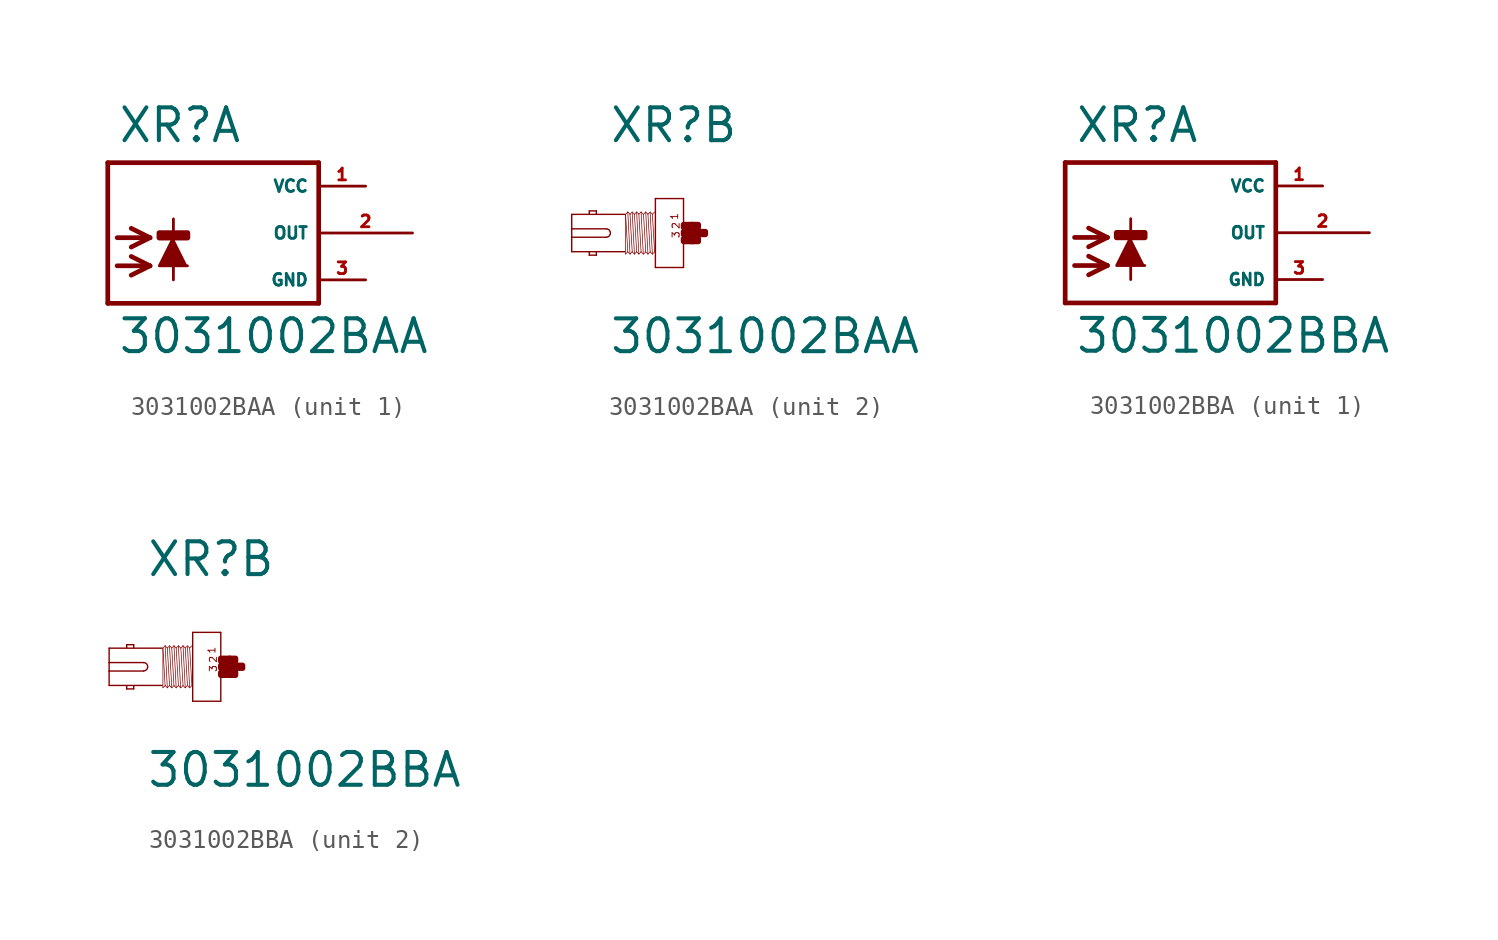
<source format=kicad_sym>
(kicad_symbol_lib
  (version 20220914)
  (generator Eagle2Kicad)
  (symbol "3031002BAA"
    (property "Reference" "XR"
      (at -3.302 4.801 0)
      (effects (font (size 1.778 1.778) (thickness 0.22)) (justify left bottom)))
    (property "Value" "3031002BAA"
      (at -3.302 -6.629 0)
      (effects (font (size 1.778 1.778) (thickness 0.22)) (justify left bottom)))
    (symbol "3031002BAA_1_0"
      (polyline (pts (xy -0.254 -0.254) (xy -1.016 -1.778) (xy 0.508 -1.778)) (stroke (width 0.152) (type default)) (fill (type outline)))
      (polyline (pts (xy -3.302 -0.254) (xy -1.524 -0.254)) (stroke (width 0.254) (type default)) (fill (type none)))
      (polyline (pts (xy -1.524 -0.254) (xy -2.54 -0.762)) (stroke (width 0.254) (type default)) (fill (type none)))
      (polyline (pts (xy -1.524 -0.254) (xy -2.54 0.254)) (stroke (width 0.254) (type default)) (fill (type none)))
      (polyline (pts (xy -3.302 -1.778) (xy -1.524 -1.778)) (stroke (width 0.254) (type default)) (fill (type none)))
      (polyline (pts (xy -1.524 -1.778) (xy -2.54 -2.286)) (stroke (width 0.254) (type default)) (fill (type none)))
      (polyline (pts (xy -1.524 -1.778) (xy -2.54 -1.27)) (stroke (width 0.254) (type default)) (fill (type none)))
      (polyline (pts (xy -0.254 0.762) (xy -0.254 -2.54)) (stroke (width 0.152) (type default)) (fill (type none)))
      (polyline (pts (xy 7.62 3.81) (xy -3.81 3.81)) (stroke (width 0.254) (type default)) (fill (type none)))
      (polyline (pts (xy -3.81 3.81) (xy -3.81 -3.81)) (stroke (width 0.254) (type default)) (fill (type none)))
      (polyline (pts (xy -3.81 -3.81) (xy 7.62 -3.81)) (stroke (width 0.254) (type default)) (fill (type none)))
      (polyline (pts (xy 7.62 -3.81) (xy 7.62 3.81)) (stroke (width 0.254) (type default)) (fill (type none)))
      (rectangle (start -1.016 -0.254) (end 0.508 0) (stroke (width 0.3) (type default)) (fill (type outline)))
      (pin unspecified line (at 10.16 2.54 180) (length 2.54) (name "VCC" (effects (font (size 0.635 0.635) (thickness 0.08)) (justify left bottom))) (number "1" (effects (font (size 0.635 0.635) (thickness 0.08)) (justify left bottom))))
      (pin unspecified line (at 10.16 -2.54 180) (length 2.54) (name "GND" (effects (font (size 0.635 0.635) (thickness 0.08)) (justify left bottom))) (number "3" (effects (font (size 0.635 0.635) (thickness 0.08)) (justify left bottom))))
      (pin output line (at 12.7 0 180) (length 5.08) (name "OUT" (effects (font (size 0.635 0.635) (thickness 0.08)) (justify left bottom))) (number "2" (effects (font (size 0.635 0.635) (thickness 0.08)) (justify left bottom)))))
    (symbol "3031002BAA_2_0"
      (polyline (pts (xy 0.762 1.867) (xy 0.762 -1.867)) (stroke (width 0.076) (type default)) (fill (type none)))
      (polyline (pts (xy 0.762 -1.867) (xy -0.762 -1.867)) (stroke (width 0.076) (type default)) (fill (type none)))
      (polyline (pts (xy -0.762 -1.867) (xy -0.762 1.867)) (stroke (width 0.076) (type default)) (fill (type none)))
      (polyline (pts (xy -0.762 1.867) (xy 0.762 1.867)) (stroke (width 0.076) (type default)) (fill (type none)))
      (polyline (pts (xy -2.419 1.01) (xy -5.296 1.01)) (stroke (width 0.076) (type default)) (fill (type none)))
      (polyline (pts (xy -5.296 1.01) (xy -5.296 0.229)) (stroke (width 0.076) (type default)) (fill (type none)))
      (polyline (pts (xy -5.296 0.229) (xy -5.296 -0.229)) (stroke (width 0.076) (type default)) (fill (type none)))
      (polyline (pts (xy -5.296 -0.229) (xy -5.296 -1.01)) (stroke (width 0.076) (type default)) (fill (type none)))
      (polyline (pts (xy -5.296 -1.01) (xy -2.419 -1.01)) (stroke (width 0.076) (type default)) (fill (type none)))
      (polyline (pts (xy -3.962 -1.029) (xy -3.962 -1.2)) (stroke (width 0.076) (type default)) (fill (type none)))
      (polyline (pts (xy -3.962 -1.2) (xy -4.343 -1.2)) (stroke (width 0.076) (type default)) (fill (type none)))
      (polyline (pts (xy -4.343 -1.2) (xy -4.343 -1.029)) (stroke (width 0.076) (type default)) (fill (type none)))
      (polyline (pts (xy -4.343 1.029) (xy -4.343 1.2)) (stroke (width 0.076) (type default)) (fill (type none)))
      (polyline (pts (xy -4.343 1.2) (xy -3.962 1.2)) (stroke (width 0.076) (type default)) (fill (type none)))
      (polyline (pts (xy -3.962 1.2) (xy -3.962 1.029)) (stroke (width 0.076) (type default)) (fill (type none)))
      (polyline (pts (xy -2.258 1.14) (xy -2.138 -1.14)) (stroke (width 0.038) (type default)) (fill (type none)))
      (polyline (pts (xy -2.018 1.099) (xy -1.898 -1.14)) (stroke (width 0.038) (type default)) (fill (type none)))
      (polyline (pts (xy -1.898 1.02) (xy -1.778 -1.02)) (stroke (width 0.038) (type default)) (fill (type none)))
      (polyline (pts (xy -1.778 1.14) (xy -1.658 -1.14)) (stroke (width 0.038) (type default)) (fill (type none)))
      (polyline (pts (xy -1.538 1.14) (xy -1.418 -1.14)) (stroke (width 0.038) (type default)) (fill (type none)))
      (polyline (pts (xy -2.378 -1.14) (xy -2.378 0.999)) (stroke (width 0.038) (type default)) (fill (type none)))
      (polyline (pts (xy -2.378 -1.14) (xy -2.258 -1.02)) (stroke (width 0.038) (type default)) (fill (type none)))
      (polyline (pts (xy -2.258 -1.02) (xy -2.138 -1.14)) (stroke (width 0.038) (type default)) (fill (type none)))
      (polyline (pts (xy -2.138 -1.14) (xy -2.018 -1.02)) (stroke (width 0.038) (type default)) (fill (type none)))
      (polyline (pts (xy -2.018 -1.02) (xy -1.898 -1.14)) (stroke (width 0.038) (type default)) (fill (type none)))
      (polyline (pts (xy -1.898 -1.14) (xy -1.778 -1.02)) (stroke (width 0.038) (type default)) (fill (type none)))
      (polyline (pts (xy -1.778 -1.02) (xy -1.658 -1.14)) (stroke (width 0.038) (type default)) (fill (type none)))
      (polyline (pts (xy -1.658 -1.14) (xy -1.538 -1.02)) (stroke (width 0.038) (type default)) (fill (type none)))
      (polyline (pts (xy -1.538 -1.02) (xy -1.418 -1.14)) (stroke (width 0.038) (type default)) (fill (type none)))
      (polyline (pts (xy -2.378 1.02) (xy -2.258 1.14)) (stroke (width 0.038) (type default)) (fill (type none)))
      (polyline (pts (xy -2.258 1.14) (xy -2.138 1.02)) (stroke (width 0.038) (type default)) (fill (type none)))
      (polyline (pts (xy -2.138 1.02) (xy -2.018 1.14)) (stroke (width 0.038) (type default)) (fill (type none)))
      (polyline (pts (xy -2.018 1.14) (xy -1.898 1.02)) (stroke (width 0.038) (type default)) (fill (type none)))
      (polyline (pts (xy -1.898 1.02) (xy -1.778 1.14)) (stroke (width 0.038) (type default)) (fill (type none)))
      (polyline (pts (xy -1.778 1.14) (xy -1.658 1.02)) (stroke (width 0.038) (type default)) (fill (type none)))
      (polyline (pts (xy -1.658 1.02) (xy -1.538 1.14)) (stroke (width 0.038) (type default)) (fill (type none)))
      (polyline (pts (xy -1.538 1.14) (xy -1.418 1.02)) (stroke (width 0.038) (type default)) (fill (type none)))
      (polyline (pts (xy -2.138 1.02) (xy -2.018 -1.02)) (stroke (width 0.038) (type default)) (fill (type none)))
      (polyline (pts (xy -1.658 1.02) (xy -1.538 -1.02)) (stroke (width 0.038) (type default)) (fill (type none)))
      (polyline (pts (xy -2.378 1.02) (xy -2.258 -1.02)) (stroke (width 0.038) (type default)) (fill (type none)))
      (polyline (pts (xy -1.286 1.14) (xy -1.166 -1.14)) (stroke (width 0.038) (type default)) (fill (type none)))
      (polyline (pts (xy -1.046 1.099) (xy -0.926 -1.14)) (stroke (width 0.038) (type default)) (fill (type none)))
      (polyline (pts (xy -0.926 1.02) (xy -0.806 -1.02)) (stroke (width 0.038) (type default)) (fill (type none)))
      (polyline (pts (xy -1.406 -1.14) (xy -1.286 -1.02)) (stroke (width 0.038) (type default)) (fill (type none)))
      (polyline (pts (xy -1.286 -1.02) (xy -1.166 -1.14)) (stroke (width 0.038) (type default)) (fill (type none)))
      (polyline (pts (xy -1.166 -1.14) (xy -1.046 -1.02)) (stroke (width 0.038) (type default)) (fill (type none)))
      (polyline (pts (xy -1.046 -1.02) (xy -0.926 -1.14)) (stroke (width 0.038) (type default)) (fill (type none)))
      (polyline (pts (xy -0.926 -1.14) (xy -0.806 -1.02)) (stroke (width 0.038) (type default)) (fill (type none)))
      (polyline (pts (xy -1.406 1.02) (xy -1.286 1.14)) (stroke (width 0.038) (type default)) (fill (type none)))
      (polyline (pts (xy -1.286 1.14) (xy -1.166 1.02)) (stroke (width 0.038) (type default)) (fill (type none)))
      (polyline (pts (xy -1.166 1.02) (xy -1.046 1.14)) (stroke (width 0.038) (type default)) (fill (type none)))
      (polyline (pts (xy -1.046 1.14) (xy -0.926 1.02)) (stroke (width 0.038) (type default)) (fill (type none)))
      (polyline (pts (xy -0.926 1.02) (xy -0.806 1.14)) (stroke (width 0.038) (type default)) (fill (type none)))
      (polyline (pts (xy -1.166 1.02) (xy -1.046 -1.02)) (stroke (width 0.038) (type default)) (fill (type none)))
      (polyline (pts (xy -1.406 1.02) (xy -1.286 -1.02)) (stroke (width 0.038) (type default)) (fill (type none)))
      (polyline (pts (xy -5.296 -0.229) (xy -3.429 -0.229)) (stroke (width 0.076) (type default)) (fill (type none)))
      (polyline (pts (xy -3.429 0.229) (xy -5.296 0.229)) (stroke (width 0.076) (type default)) (fill (type none)))
      (arc (start -3.429 -0.2286) (mid -3.200 0.000) (end -3.429 0.2286) (stroke (width 0.0762) (type default)) (fill (type none)))
      (text "1" (at 0.495 0.686 1800) (effects (font (size 0.381 0.381) (thickness 0.05)) (justify left bottom)))
      (text "3" (at 0.572 -0.305 1800) (effects (font (size 0.381 0.381) (thickness 0.05)) (justify left bottom)))
      (text "2" (at 0.572 0.191 1800) (effects (font (size 0.381 0.381) (thickness 0.05)) (justify left bottom)))
      (rectangle (start 0.762 -0.457) (end 1.257 -0.305) (stroke (width 0.3) (type default)) (fill (type outline)))
      (rectangle (start 0.762 -0.076) (end 1.638 0.076) (stroke (width 0.3) (type default)) (fill (type outline)))
      (rectangle (start 1.219 -0.457) (end 1.562 -0.305) (stroke (width 0.3) (type default)) (fill (type outline)))
      (rectangle (start 1.6 -0.076) (end 1.943 0.076) (stroke (width 0.3) (type default)) (fill (type outline)))
      (rectangle (start 1.219 0.305) (end 1.562 0.457) (stroke (width 0.3) (type default)) (fill (type outline)))
      (rectangle (start 0.762 0.305) (end 1.257 0.457) (stroke (width 0.3) (type default)) (fill (type outline)))))
  (symbol "3031002BBA"
    (property "Reference" "XR"
      (at -3.302 4.801 0)
      (effects (font (size 1.778 1.778) (thickness 0.22)) (justify left bottom)))
    (property "Value" "3031002BBA"
      (at -3.302 -6.629 0)
      (effects (font (size 1.778 1.778) (thickness 0.22)) (justify left bottom)))
    (symbol "3031002BBA_1_0"
      (polyline (pts (xy -0.254 -0.254) (xy -1.016 -1.778) (xy 0.508 -1.778)) (stroke (width 0.152) (type default)) (fill (type outline)))
      (polyline (pts (xy -3.302 -0.254) (xy -1.524 -0.254)) (stroke (width 0.254) (type default)) (fill (type none)))
      (polyline (pts (xy -1.524 -0.254) (xy -2.54 -0.762)) (stroke (width 0.254) (type default)) (fill (type none)))
      (polyline (pts (xy -1.524 -0.254) (xy -2.54 0.254)) (stroke (width 0.254) (type default)) (fill (type none)))
      (polyline (pts (xy -3.302 -1.778) (xy -1.524 -1.778)) (stroke (width 0.254) (type default)) (fill (type none)))
      (polyline (pts (xy -1.524 -1.778) (xy -2.54 -2.286)) (stroke (width 0.254) (type default)) (fill (type none)))
      (polyline (pts (xy -1.524 -1.778) (xy -2.54 -1.27)) (stroke (width 0.254) (type default)) (fill (type none)))
      (polyline (pts (xy -0.254 0.762) (xy -0.254 -2.54)) (stroke (width 0.152) (type default)) (fill (type none)))
      (polyline (pts (xy 7.62 3.81) (xy -3.81 3.81)) (stroke (width 0.254) (type default)) (fill (type none)))
      (polyline (pts (xy -3.81 3.81) (xy -3.81 -3.81)) (stroke (width 0.254) (type default)) (fill (type none)))
      (polyline (pts (xy -3.81 -3.81) (xy 7.62 -3.81)) (stroke (width 0.254) (type default)) (fill (type none)))
      (polyline (pts (xy 7.62 -3.81) (xy 7.62 3.81)) (stroke (width 0.254) (type default)) (fill (type none)))
      (rectangle (start -1.016 -0.254) (end 0.508 0) (stroke (width 0.3) (type default)) (fill (type outline)))
      (pin unspecified line (at 10.16 2.54 180) (length 2.54) (name "VCC" (effects (font (size 0.635 0.635) (thickness 0.08)) (justify left bottom))) (number "1" (effects (font (size 0.635 0.635) (thickness 0.08)) (justify left bottom))))
      (pin unspecified line (at 10.16 -2.54 180) (length 2.54) (name "GND" (effects (font (size 0.635 0.635) (thickness 0.08)) (justify left bottom))) (number "3" (effects (font (size 0.635 0.635) (thickness 0.08)) (justify left bottom))))
      (pin output line (at 12.7 0 180) (length 5.08) (name "OUT" (effects (font (size 0.635 0.635) (thickness 0.08)) (justify left bottom))) (number "2" (effects (font (size 0.635 0.635) (thickness 0.08)) (justify left bottom)))))
    (symbol "3031002BBA_2_0"
      (polyline (pts (xy 0.762 1.867) (xy 0.762 -1.867)) (stroke (width 0.076) (type default)) (fill (type none)))
      (polyline (pts (xy 0.762 -1.867) (xy -0.762 -1.867)) (stroke (width 0.076) (type default)) (fill (type none)))
      (polyline (pts (xy -0.762 -1.867) (xy -0.762 1.867)) (stroke (width 0.076) (type default)) (fill (type none)))
      (polyline (pts (xy -0.762 1.867) (xy 0.762 1.867)) (stroke (width 0.076) (type default)) (fill (type none)))
      (polyline (pts (xy -2.419 1.01) (xy -5.296 1.01)) (stroke (width 0.076) (type default)) (fill (type none)))
      (polyline (pts (xy -5.296 1.01) (xy -5.296 0.229)) (stroke (width 0.076) (type default)) (fill (type none)))
      (polyline (pts (xy -5.296 0.229) (xy -5.296 -0.229)) (stroke (width 0.076) (type default)) (fill (type none)))
      (polyline (pts (xy -5.296 -0.229) (xy -5.296 -1.01)) (stroke (width 0.076) (type default)) (fill (type none)))
      (polyline (pts (xy -5.296 -1.01) (xy -2.419 -1.01)) (stroke (width 0.076) (type default)) (fill (type none)))
      (polyline (pts (xy -3.962 -1.029) (xy -3.962 -1.2)) (stroke (width 0.076) (type default)) (fill (type none)))
      (polyline (pts (xy -3.962 -1.2) (xy -4.343 -1.2)) (stroke (width 0.076) (type default)) (fill (type none)))
      (polyline (pts (xy -4.343 -1.2) (xy -4.343 -1.029)) (stroke (width 0.076) (type default)) (fill (type none)))
      (polyline (pts (xy -4.343 1.029) (xy -4.343 1.2)) (stroke (width 0.076) (type default)) (fill (type none)))
      (polyline (pts (xy -4.343 1.2) (xy -3.962 1.2)) (stroke (width 0.076) (type default)) (fill (type none)))
      (polyline (pts (xy -3.962 1.2) (xy -3.962 1.029)) (stroke (width 0.076) (type default)) (fill (type none)))
      (polyline (pts (xy -2.258 1.14) (xy -2.138 -1.14)) (stroke (width 0.038) (type default)) (fill (type none)))
      (polyline (pts (xy -2.018 1.099) (xy -1.898 -1.14)) (stroke (width 0.038) (type default)) (fill (type none)))
      (polyline (pts (xy -1.898 1.02) (xy -1.778 -1.02)) (stroke (width 0.038) (type default)) (fill (type none)))
      (polyline (pts (xy -1.778 1.14) (xy -1.658 -1.14)) (stroke (width 0.038) (type default)) (fill (type none)))
      (polyline (pts (xy -1.538 1.14) (xy -1.418 -1.14)) (stroke (width 0.038) (type default)) (fill (type none)))
      (polyline (pts (xy -2.378 -1.14) (xy -2.378 0.999)) (stroke (width 0.038) (type default)) (fill (type none)))
      (polyline (pts (xy -2.378 -1.14) (xy -2.258 -1.02)) (stroke (width 0.038) (type default)) (fill (type none)))
      (polyline (pts (xy -2.258 -1.02) (xy -2.138 -1.14)) (stroke (width 0.038) (type default)) (fill (type none)))
      (polyline (pts (xy -2.138 -1.14) (xy -2.018 -1.02)) (stroke (width 0.038) (type default)) (fill (type none)))
      (polyline (pts (xy -2.018 -1.02) (xy -1.898 -1.14)) (stroke (width 0.038) (type default)) (fill (type none)))
      (polyline (pts (xy -1.898 -1.14) (xy -1.778 -1.02)) (stroke (width 0.038) (type default)) (fill (type none)))
      (polyline (pts (xy -1.778 -1.02) (xy -1.658 -1.14)) (stroke (width 0.038) (type default)) (fill (type none)))
      (polyline (pts (xy -1.658 -1.14) (xy -1.538 -1.02)) (stroke (width 0.038) (type default)) (fill (type none)))
      (polyline (pts (xy -1.538 -1.02) (xy -1.418 -1.14)) (stroke (width 0.038) (type default)) (fill (type none)))
      (polyline (pts (xy -2.378 1.02) (xy -2.258 1.14)) (stroke (width 0.038) (type default)) (fill (type none)))
      (polyline (pts (xy -2.258 1.14) (xy -2.138 1.02)) (stroke (width 0.038) (type default)) (fill (type none)))
      (polyline (pts (xy -2.138 1.02) (xy -2.018 1.14)) (stroke (width 0.038) (type default)) (fill (type none)))
      (polyline (pts (xy -2.018 1.14) (xy -1.898 1.02)) (stroke (width 0.038) (type default)) (fill (type none)))
      (polyline (pts (xy -1.898 1.02) (xy -1.778 1.14)) (stroke (width 0.038) (type default)) (fill (type none)))
      (polyline (pts (xy -1.778 1.14) (xy -1.658 1.02)) (stroke (width 0.038) (type default)) (fill (type none)))
      (polyline (pts (xy -1.658 1.02) (xy -1.538 1.14)) (stroke (width 0.038) (type default)) (fill (type none)))
      (polyline (pts (xy -1.538 1.14) (xy -1.418 1.02)) (stroke (width 0.038) (type default)) (fill (type none)))
      (polyline (pts (xy -2.138 1.02) (xy -2.018 -1.02)) (stroke (width 0.038) (type default)) (fill (type none)))
      (polyline (pts (xy -1.658 1.02) (xy -1.538 -1.02)) (stroke (width 0.038) (type default)) (fill (type none)))
      (polyline (pts (xy -2.378 1.02) (xy -2.258 -1.02)) (stroke (width 0.038) (type default)) (fill (type none)))
      (polyline (pts (xy -1.286 1.14) (xy -1.166 -1.14)) (stroke (width 0.038) (type default)) (fill (type none)))
      (polyline (pts (xy -1.046 1.099) (xy -0.926 -1.14)) (stroke (width 0.038) (type default)) (fill (type none)))
      (polyline (pts (xy -0.926 1.02) (xy -0.806 -1.02)) (stroke (width 0.038) (type default)) (fill (type none)))
      (polyline (pts (xy -1.406 -1.14) (xy -1.286 -1.02)) (stroke (width 0.038) (type default)) (fill (type none)))
      (polyline (pts (xy -1.286 -1.02) (xy -1.166 -1.14)) (stroke (width 0.038) (type default)) (fill (type none)))
      (polyline (pts (xy -1.166 -1.14) (xy -1.046 -1.02)) (stroke (width 0.038) (type default)) (fill (type none)))
      (polyline (pts (xy -1.046 -1.02) (xy -0.926 -1.14)) (stroke (width 0.038) (type default)) (fill (type none)))
      (polyline (pts (xy -0.926 -1.14) (xy -0.806 -1.02)) (stroke (width 0.038) (type default)) (fill (type none)))
      (polyline (pts (xy -1.406 1.02) (xy -1.286 1.14)) (stroke (width 0.038) (type default)) (fill (type none)))
      (polyline (pts (xy -1.286 1.14) (xy -1.166 1.02)) (stroke (width 0.038) (type default)) (fill (type none)))
      (polyline (pts (xy -1.166 1.02) (xy -1.046 1.14)) (stroke (width 0.038) (type default)) (fill (type none)))
      (polyline (pts (xy -1.046 1.14) (xy -0.926 1.02)) (stroke (width 0.038) (type default)) (fill (type none)))
      (polyline (pts (xy -0.926 1.02) (xy -0.806 1.14)) (stroke (width 0.038) (type default)) (fill (type none)))
      (polyline (pts (xy -1.166 1.02) (xy -1.046 -1.02)) (stroke (width 0.038) (type default)) (fill (type none)))
      (polyline (pts (xy -1.406 1.02) (xy -1.286 -1.02)) (stroke (width 0.038) (type default)) (fill (type none)))
      (polyline (pts (xy -5.296 -0.229) (xy -3.429 -0.229)) (stroke (width 0.076) (type default)) (fill (type none)))
      (polyline (pts (xy -3.429 0.229) (xy -5.296 0.229)) (stroke (width 0.076) (type default)) (fill (type none)))
      (arc (start -3.429 -0.2286) (mid -3.200 0.000) (end -3.429 0.2286) (stroke (width 0.0762) (type default)) (fill (type none)))
      (text "1" (at 0.495 0.686 1800) (effects (font (size 0.381 0.381) (thickness 0.05)) (justify left bottom)))
      (text "3" (at 0.572 -0.305 1800) (effects (font (size 0.381 0.381) (thickness 0.05)) (justify left bottom)))
      (text "2" (at 0.572 0.191 1800) (effects (font (size 0.381 0.381) (thickness 0.05)) (justify left bottom)))
      (rectangle (start 0.762 -0.457) (end 1.257 -0.305) (stroke (width 0.3) (type default)) (fill (type outline)))
      (rectangle (start 0.762 -0.076) (end 1.638 0.076) (stroke (width 0.3) (type default)) (fill (type outline)))
      (rectangle (start 1.219 -0.457) (end 1.562 -0.305) (stroke (width 0.3) (type default)) (fill (type outline)))
      (rectangle (start 1.6 -0.076) (end 1.943 0.076) (stroke (width 0.3) (type default)) (fill (type outline)))
      (rectangle (start 1.219 0.305) (end 1.562 0.457) (stroke (width 0.3) (type default)) (fill (type outline)))
      (rectangle (start 0.762 0.305) (end 1.257 0.457) (stroke (width 0.3) (type default)) (fill (type outline))))))
</source>
